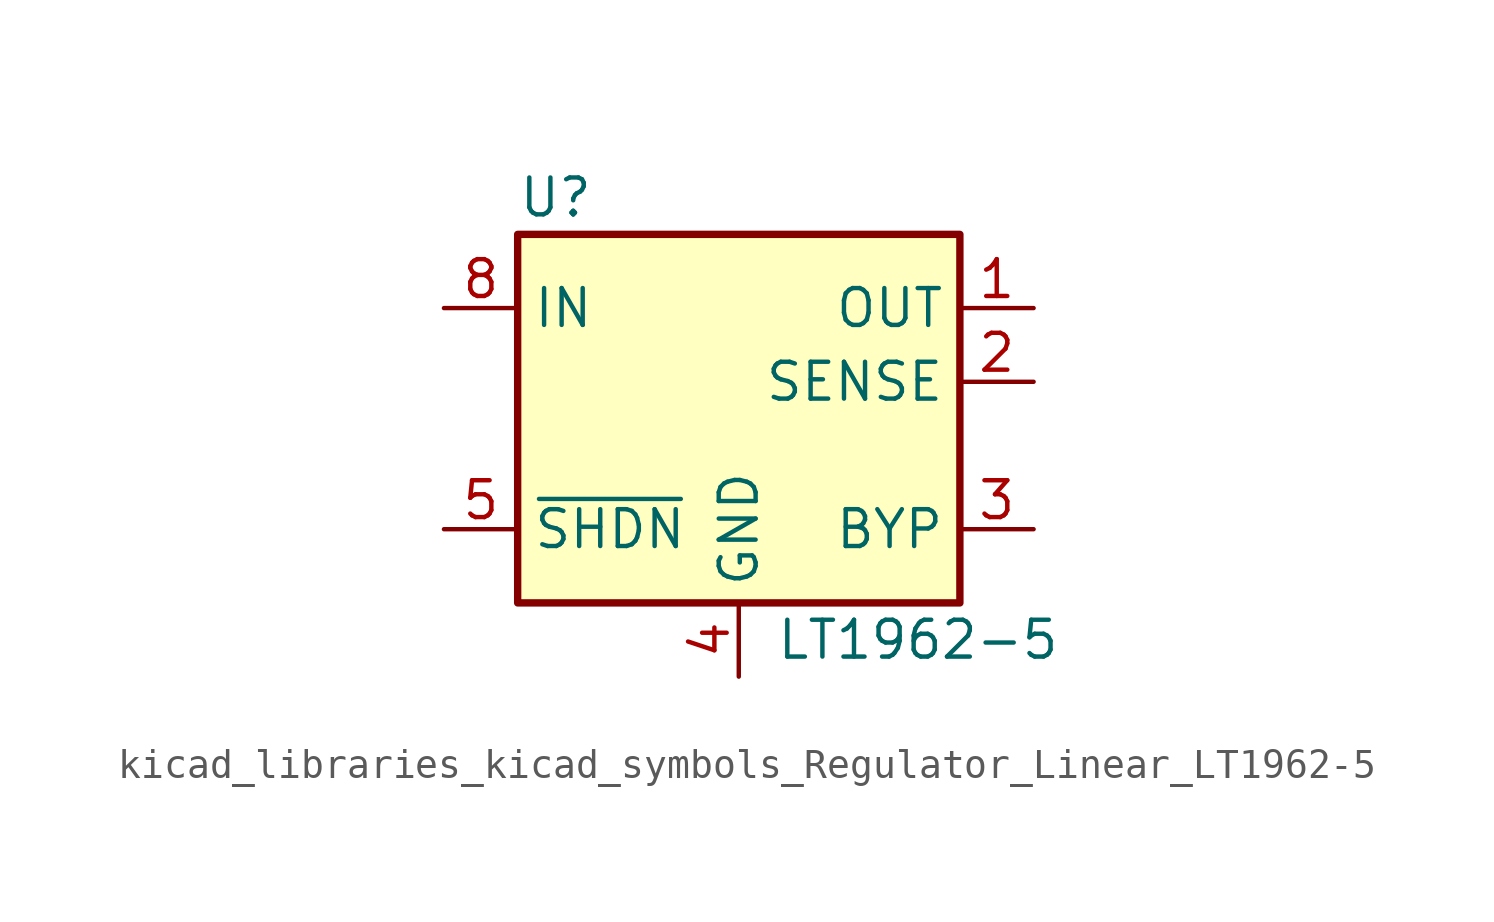
<source format=kicad_sym>
(kicad_symbol_lib
  (version 20220914)
  (generator kicad_symbol_editor)
  (symbol "kicad_libraries_kicad_symbols_Regulator_Linear_LT1962-5"
    (property "Reference" "U"
      (at -7.62 8.89 0)
      (effects (font (size 1.27 1.27)) (justify left)))
    (property "Value" "LT1962-5"
      (at 1.27 -6.35 0)
      (effects (font (size 1.27 1.27)) (justify left)))
    (symbol "kicad_libraries_kicad_symbols_Regulator_Linear_LT1962-5_0_1"
      (rectangle (start -7.62 7.62) (end 7.62 -5.08) (stroke (width 0.254) (type default)) (fill (type background))))
    (symbol "kicad_libraries_kicad_symbols_Regulator_Linear_LT1962-5_1_1"
      (pin power_out line (at 10.16 5.08 180) (length 2.54) (name "OUT" (effects (font (size 1.27 1.27)))) (number "1" (effects (font (size 1.27 1.27)))))
      (pin input line (at 10.16 2.54 180) (length 2.54) (name "SENSE" (effects (font (size 1.27 1.27)))) (number "2" (effects (font (size 1.27 1.27)))))
      (pin passive line (at 10.16 -2.54 180) (length 2.54) (name "BYP" (effects (font (size 1.27 1.27)))) (number "3" (effects (font (size 1.27 1.27)))))
      (pin power_in line (at 0 -7.62 90) (length 2.54) (name "GND" (effects (font (size 1.27 1.27)))) (number "4" (effects (font (size 1.27 1.27)))))
      (pin input line (at -10.16 -2.54 0) (length 2.54) (name "~{SHDN}" (effects (font (size 1.27 1.27)))) (number "5" (effects (font (size 1.27 1.27)))))
      (pin no_connect line (at 2.54 5.08 90) (length 2.54) hide (name "NC" (effects (font (size 1.27 1.27)))) (number "6" (effects (font (size 1.27 1.27)))))
      (pin no_connect line (at 2.54 2.54 90) (length 2.54) hide (name "NC" (effects (font (size 1.27 1.27)))) (number "7" (effects (font (size 1.27 1.27)))))
      (pin power_in line (at -10.16 5.08 0) (length 2.54) (name "IN" (effects (font (size 1.27 1.27)))) (number "8" (effects (font (size 1.27 1.27))))))))
</source>
